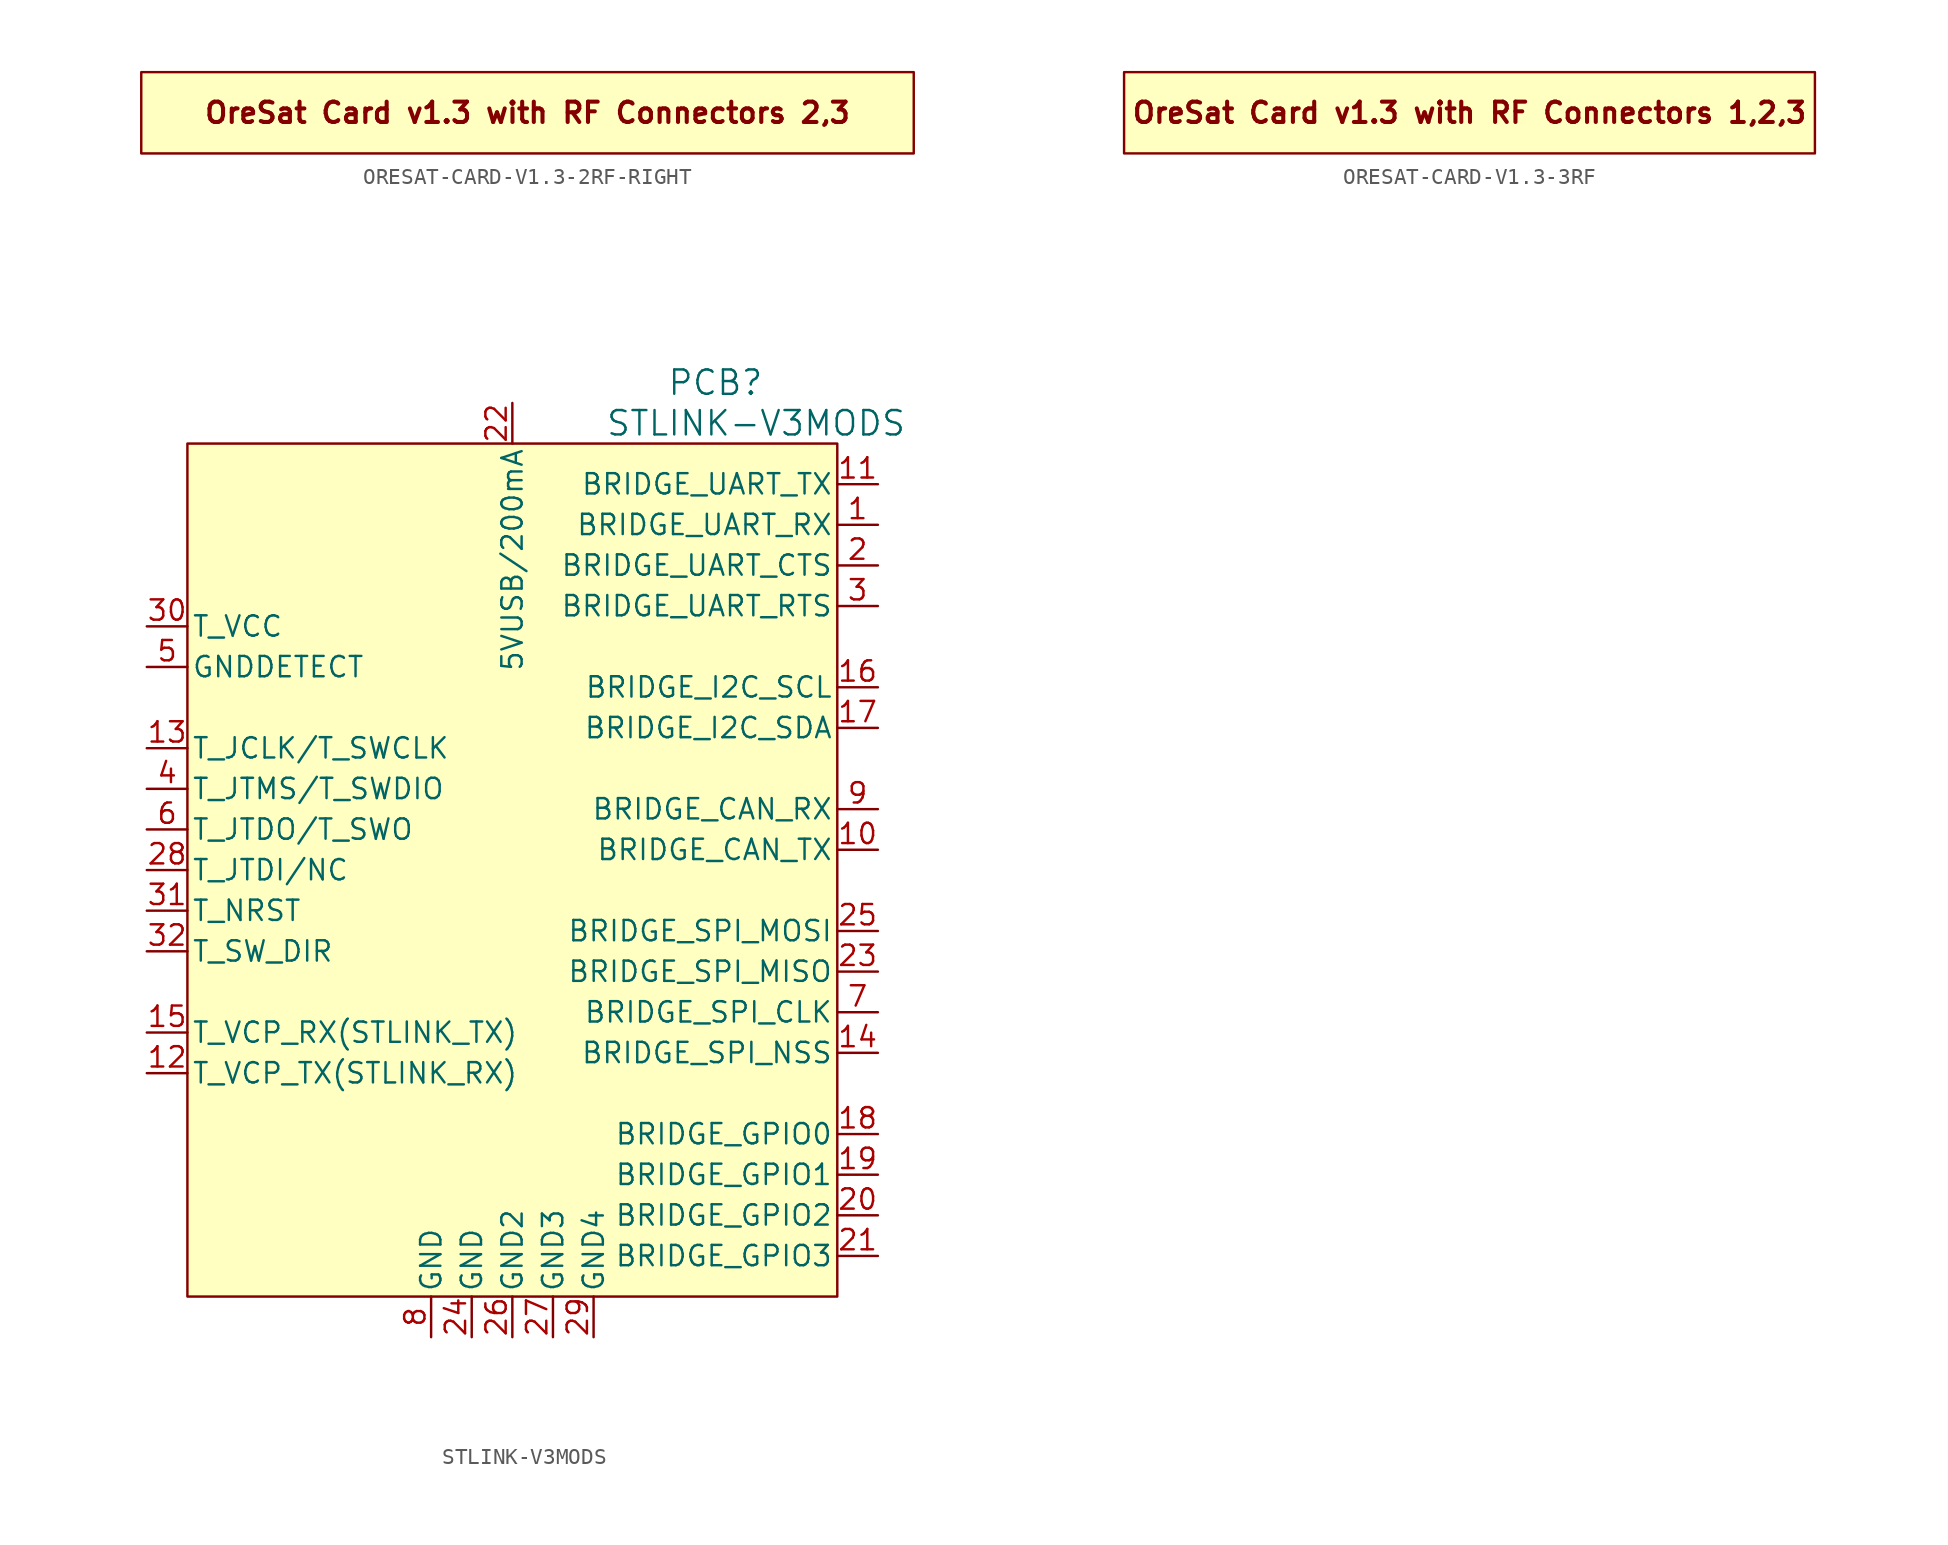
<source format=kicad_sym>
(kicad_symbol_lib
  (version 20241209)
  (generator "kicad_symbol_editor")
  (generator_version "9.0")
  (symbol "ORESAT-CARD-V1.3-2RF-RIGHT"
    (property "Reference" "PCB"
      (at 0 7.62 0)
      (effects (font (size 1.27 1.27)) (hide yes)))
    (symbol "ORESAT-CARD-V1.3-2RF-RIGHT_1_0"
      (rectangle (start -24.13 2.54) (end 24.13 -2.54) (stroke (width 0) (type default)) (fill (type background))))
    (symbol "ORESAT-CARD-V1.3-2RF-RIGHT_1_1"
      (text "OreSat Card v1.3 with RF Connectors 2,3" (at 0 0 0) (effects (font (size 1.27 1.27) (bold yes))))))
  (symbol "ORESAT-CARD-V1.3-3RF"
    (property "Reference" "PCB"
      (at 0 7.62 0)
      (effects (font (size 1.27 1.27)) (hide yes)))
    (symbol "ORESAT-CARD-V1.3-3RF_1_0"
      (rectangle (start -21.59 2.54) (end 21.59 -2.54) (stroke (width 0) (type default)) (fill (type background))))
    (symbol "ORESAT-CARD-V1.3-3RF_1_1"
      (text "OreSat Card v1.3 with RF Connectors 1,2,3" (at 0 0 0) (effects (font (size 1.27 1.27) (bold yes))))))
  (symbol "STLINK-V3MODS"
    (pin_names
      (offset 0.254))
    (property "Reference" "PCB"
      (at 12.7 30.48 0)
      (effects (font (size 1.524 1.524))))
    (property "Value" "STLINK-V3MODS"
      (at 15.24 27.94 0)
      (effects (font (size 1.524 1.524))))
    (symbol "STLINK-V3MODS_1_1"
      (rectangle (start -20.32 26.67) (end 20.32 -26.67) (stroke (width 0) (type default)) (fill (type background)))
      (pin power_in line (at -22.86 15.24 0) (length 2.54) (name "T_VCC" (effects (font (size 1.27 1.27)))) (number "30" (effects (font (size 1.27 1.27)))))
      (pin power_out line (at -22.86 12.7 0) (length 2.54) (name "GNDDETECT" (effects (font (size 1.27 1.27)))) (number "5" (effects (font (size 1.27 1.27)))))
      (pin output line (at -22.86 7.62 0) (length 2.54) (name "T_JCLK/T_SWCLK" (effects (font (size 1.27 1.27)))) (number "13" (effects (font (size 1.27 1.27)))))
      (pin bidirectional line (at -22.86 5.08 0) (length 2.54) (name "T_JTMS/T_SWDIO" (effects (font (size 1.27 1.27)))) (number "4" (effects (font (size 1.27 1.27)))))
      (pin input line (at -22.86 2.54 0) (length 2.54) (name "T_JTDO/T_SWO" (effects (font (size 1.27 1.27)))) (number "6" (effects (font (size 1.27 1.27)))))
      (pin output line (at -22.86 0 0) (length 2.54) (name "T_JTDI/NC" (effects (font (size 1.27 1.27)))) (number "28" (effects (font (size 1.27 1.27)))))
      (pin output line (at -22.86 -2.54 0) (length 2.54) (name "T_NRST" (effects (font (size 1.27 1.27)))) (number "31" (effects (font (size 1.27 1.27)))))
      (pin output line (at -22.86 -5.08 0) (length 2.54) (name "T_SW_DIR" (effects (font (size 1.27 1.27)))) (number "32" (effects (font (size 1.27 1.27)))))
      (pin output line (at -22.86 -10.16 0) (length 2.54) (name "T_VCP_RX(STLINK_TX)" (effects (font (size 1.27 1.27)))) (number "15" (effects (font (size 1.27 1.27)))))
      (pin input line (at -22.86 -12.7 0) (length 2.54) (name "T_VCP_TX(STLINK_RX)" (effects (font (size 1.27 1.27)))) (number "12" (effects (font (size 1.27 1.27)))))
      (pin power_in line (at -5.08 -29.21 90) (length 2.54) (name "GND" (effects (font (size 1.27 1.27)))) (number "8" (effects (font (size 1.27 1.27)))))
      (pin power_in line (at -2.54 -29.21 90) (length 2.54) (name "GND" (effects (font (size 1.27 1.27)))) (number "24" (effects (font (size 1.27 1.27)))))
      (pin power_out line (at 0 29.21 270) (length 2.54) (name "5VUSB/200mA" (effects (font (size 1.27 1.27)))) (number "22" (effects (font (size 1.27 1.27)))))
      (pin power_in line (at 0 -29.21 90) (length 2.54) (name "GND2" (effects (font (size 1.27 1.27)))) (number "26" (effects (font (size 1.27 1.27)))))
      (pin power_in line (at 2.54 -29.21 90) (length 2.54) (name "GND3" (effects (font (size 1.27 1.27)))) (number "27" (effects (font (size 1.27 1.27)))))
      (pin power_in line (at 5.08 -29.21 90) (length 2.54) (name "GND4" (effects (font (size 1.27 1.27)))) (number "29" (effects (font (size 1.27 1.27)))))
      (pin output line (at 22.86 24.13 180) (length 2.54) (name "BRIDGE_UART_TX" (effects (font (size 1.27 1.27)))) (number "11" (effects (font (size 1.27 1.27)))))
      (pin power_in line (at 22.86 21.59 180) (length 2.54) (name "BRIDGE_UART_RX" (effects (font (size 1.27 1.27)))) (number "1" (effects (font (size 1.27 1.27)))))
      (pin input line (at 22.86 19.05 180) (length 2.54) (name "BRIDGE_UART_CTS" (effects (font (size 1.27 1.27)))) (number "2" (effects (font (size 1.27 1.27)))))
      (pin output line (at 22.86 16.51 180) (length 2.54) (name "BRIDGE_UART_RTS" (effects (font (size 1.27 1.27)))) (number "3" (effects (font (size 1.27 1.27)))))
      (pin output line (at 22.86 11.43 180) (length 2.54) (name "BRIDGE_I2C_SCL" (effects (font (size 1.27 1.27)))) (number "16" (effects (font (size 1.27 1.27)))))
      (pin bidirectional line (at 22.86 8.89 180) (length 2.54) (name "BRIDGE_I2C_SDA" (effects (font (size 1.27 1.27)))) (number "17" (effects (font (size 1.27 1.27)))))
      (pin input line (at 22.86 3.81 180) (length 2.54) (name "BRIDGE_CAN_RX" (effects (font (size 1.27 1.27)))) (number "9" (effects (font (size 1.27 1.27)))))
      (pin output line (at 22.86 1.27 180) (length 2.54) (name "BRIDGE_CAN_TX" (effects (font (size 1.27 1.27)))) (number "10" (effects (font (size 1.27 1.27)))))
      (pin bidirectional line (at 22.86 -3.81 180) (length 2.54) (name "BRIDGE_SPI_MOSI" (effects (font (size 1.27 1.27)))) (number "25" (effects (font (size 1.27 1.27)))))
      (pin bidirectional line (at 22.86 -6.35 180) (length 2.54) (name "BRIDGE_SPI_MISO" (effects (font (size 1.27 1.27)))) (number "23" (effects (font (size 1.27 1.27)))))
      (pin bidirectional line (at 22.86 -8.89 180) (length 2.54) (name "BRIDGE_SPI_CLK" (effects (font (size 1.27 1.27)))) (number "7" (effects (font (size 1.27 1.27)))))
      (pin bidirectional line (at 22.86 -11.43 180) (length 2.54) (name "BRIDGE_SPI_NSS" (effects (font (size 1.27 1.27)))) (number "14" (effects (font (size 1.27 1.27)))))
      (pin bidirectional line (at 22.86 -16.51 180) (length 2.54) (name "BRIDGE_GPIO0" (effects (font (size 1.27 1.27)))) (number "18" (effects (font (size 1.27 1.27)))))
      (pin bidirectional line (at 22.86 -19.05 180) (length 2.54) (name "BRIDGE_GPIO1" (effects (font (size 1.27 1.27)))) (number "19" (effects (font (size 1.27 1.27)))))
      (pin bidirectional line (at 22.86 -21.59 180) (length 2.54) (name "BRIDGE_GPIO2" (effects (font (size 1.27 1.27)))) (number "20" (effects (font (size 1.27 1.27)))))
      (pin bidirectional line (at 22.86 -24.13 180) (length 2.54) (name "BRIDGE_GPIO3" (effects (font (size 1.27 1.27)))) (number "21" (effects (font (size 1.27 1.27))))))))
</source>
